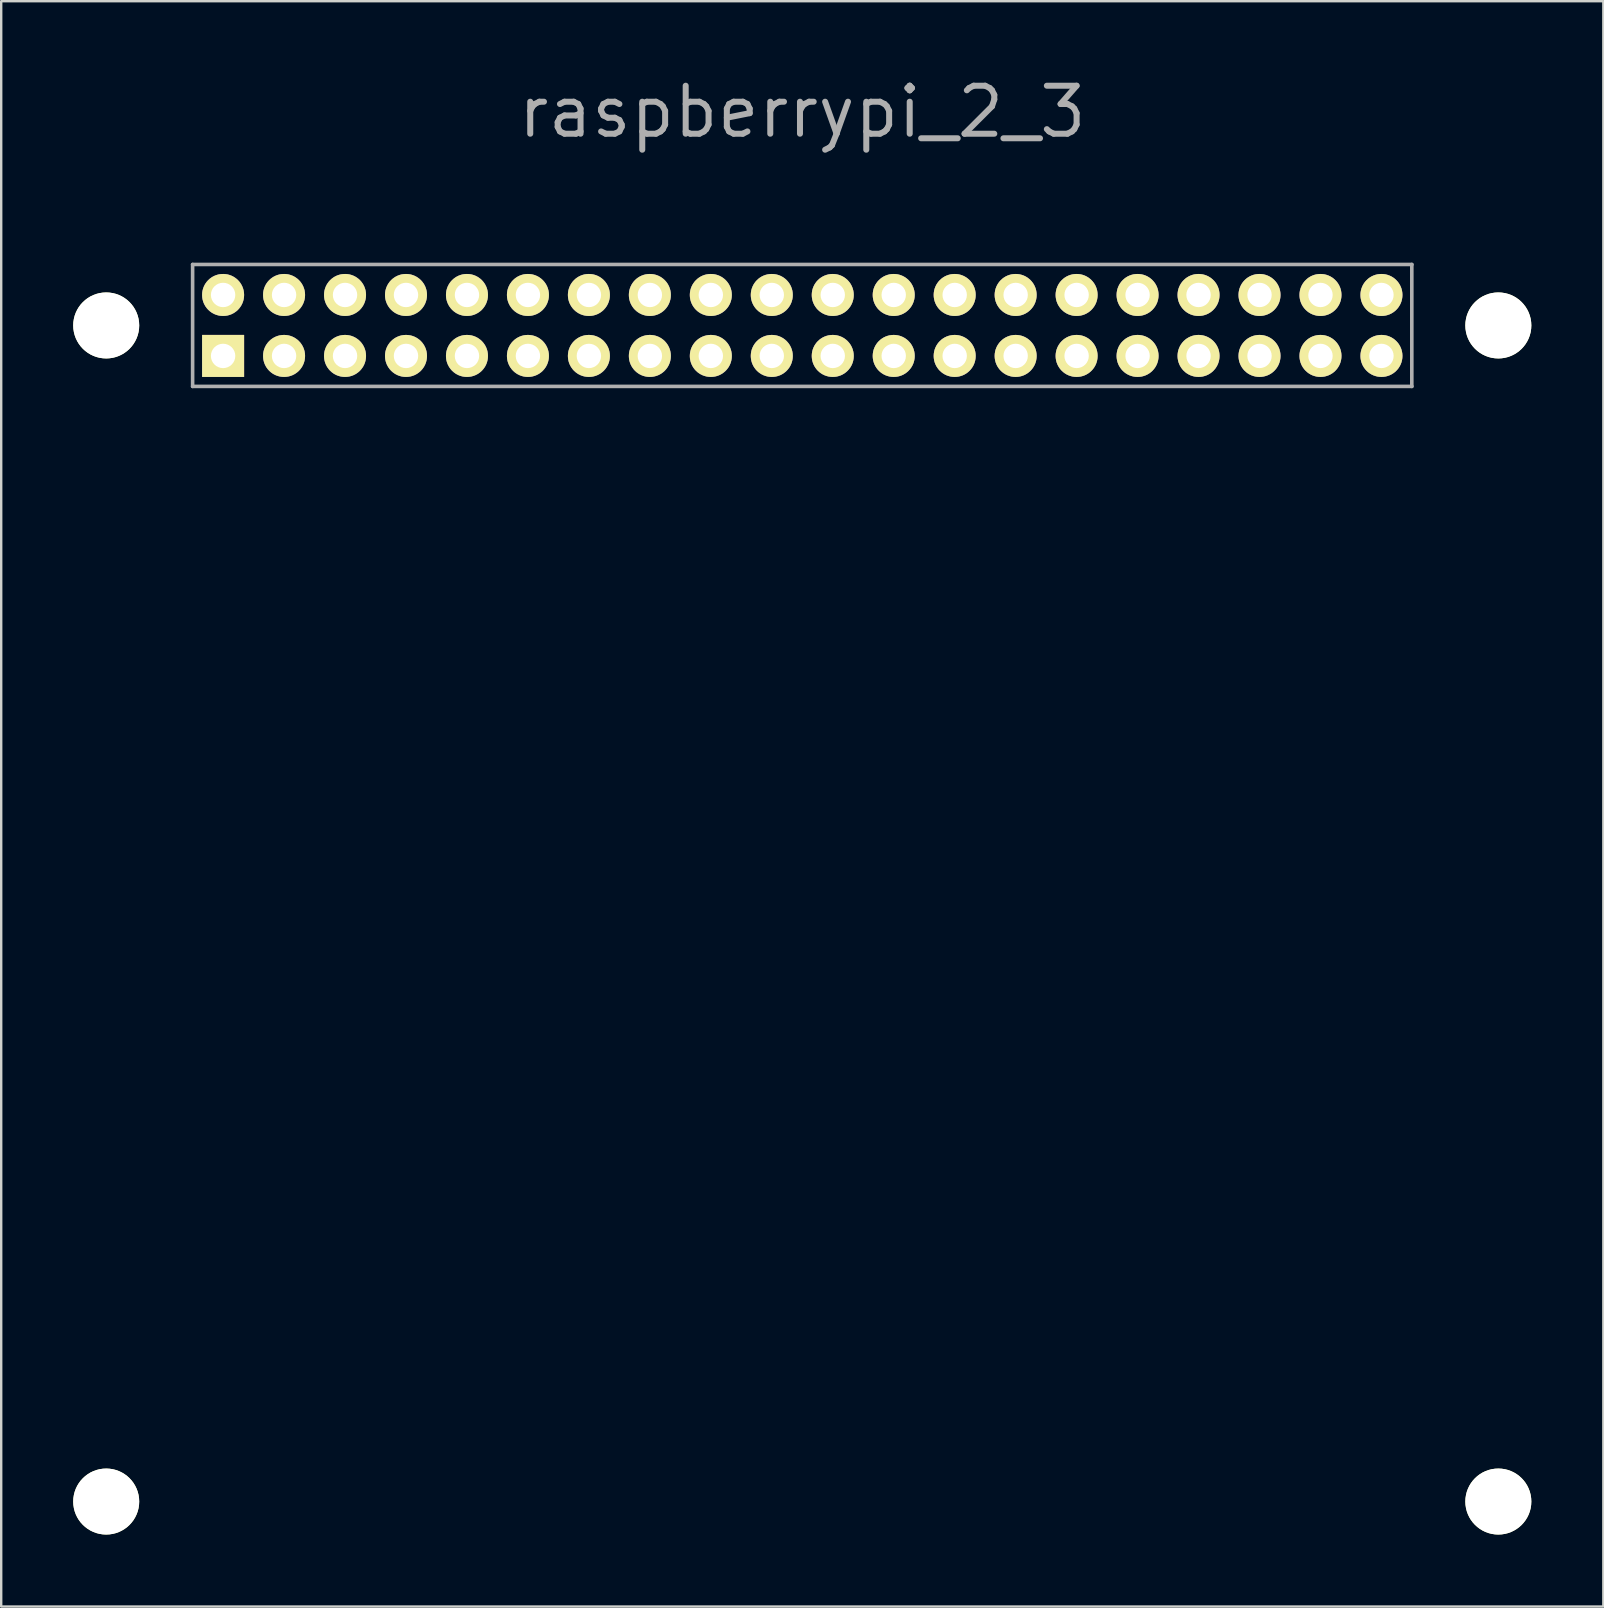
<source format=kicad_pcb>
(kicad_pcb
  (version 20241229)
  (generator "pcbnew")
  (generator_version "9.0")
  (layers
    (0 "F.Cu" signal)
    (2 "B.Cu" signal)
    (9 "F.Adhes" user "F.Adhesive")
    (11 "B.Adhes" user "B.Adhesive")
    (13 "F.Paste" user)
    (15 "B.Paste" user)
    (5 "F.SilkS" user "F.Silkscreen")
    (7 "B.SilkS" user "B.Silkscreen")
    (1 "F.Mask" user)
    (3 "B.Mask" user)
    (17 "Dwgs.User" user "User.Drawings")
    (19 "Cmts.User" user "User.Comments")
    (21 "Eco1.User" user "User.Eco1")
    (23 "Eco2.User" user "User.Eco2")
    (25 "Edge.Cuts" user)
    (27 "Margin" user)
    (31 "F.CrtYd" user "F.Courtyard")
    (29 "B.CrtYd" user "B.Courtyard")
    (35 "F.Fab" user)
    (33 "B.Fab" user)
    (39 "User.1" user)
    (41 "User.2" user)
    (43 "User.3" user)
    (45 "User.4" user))
  (footprint "raspberrypi_2_3"
    (layer "F.Cu")
    (at 30.375 10.509)
    (property "Reference" "raspberrypi_2_3" (at 0 -8.9 0) (layer "F.Fab") (effects (font (size 2 2) (thickness 0.25))))
    (attr through_hole)
    (fp_line (start -25.4 -2.54) (end -25.4 2.54) (stroke (width 0.15) (type solid)) (layer "F.Fab"))
    (fp_line (start -25.4 -2.54) (end 25.4 -2.54) (stroke (width 0.15) (type solid)) (layer "F.Fab"))
    (fp_line (start 25.395 2.54) (end 25.395 -2.54) (stroke (width 0.15) (type solid)) (layer "F.Fab"))
    (fp_line (start 25.4 2.54) (end -25.4 2.54) (stroke (width 0.15) (type solid)) (layer "F.Fab"))
    (pad "" np_thru_hole circle (at -29 0) (size 2.75 2.75) (drill 2.75) (layers "*.Cu" "*.Mask" "F.SilkS"))
    (pad "" np_thru_hole circle (at -29 49) (size 2.75 2.75) (drill 2.75) (layers "*.Cu" "*.Mask" "F.SilkS"))
    (pad "" np_thru_hole circle (at 29 0) (size 2.75 2.75) (drill 2.75) (layers "*.Cu" "*.Mask" "F.SilkS"))
    (pad "" np_thru_hole circle (at 29 49) (size 2.75 2.75) (drill 2.75) (layers "*.Cu" "*.Mask" "F.SilkS"))
    (pad "1" thru_hole rect (at -24.13 1.27) (size 1.75 1.75) (drill 1.016) (layers "*.Cu" "*.Mask" "F.SilkS"))
    (pad "2" thru_hole circle (at -24.13 -1.27) (size 1.75 1.75) (drill 1.016) (layers "*.Cu" "*.Mask" "F.SilkS"))
    (pad "3" thru_hole circle (at -21.59 1.27) (size 1.75 1.75) (drill 1.016) (layers "*.Cu" "*.Mask" "F.SilkS"))
    (pad "4" thru_hole circle (at -21.59 -1.27) (size 1.75 1.75) (drill 1.016) (layers "*.Cu" "*.Mask" "F.SilkS"))
    (pad "5" thru_hole circle (at -19.05 1.27) (size 1.75 1.75) (drill 1.016) (layers "*.Cu" "*.Mask" "F.SilkS"))
    (pad "6" thru_hole circle (at -19.05 -1.27) (size 1.75 1.75) (drill 1.016) (layers "*.Cu" "*.Mask" "F.SilkS"))
    (pad "7" thru_hole circle (at -16.51 1.27) (size 1.75 1.75) (drill 1.016) (layers "*.Cu" "*.Mask" "F.SilkS"))
    (pad "8" thru_hole circle (at -16.51 -1.27) (size 1.75 1.75) (drill 1.016) (layers "*.Cu" "*.Mask" "F.SilkS"))
    (pad "9" thru_hole circle (at -13.97 1.27) (size 1.75 1.75) (drill 1.016) (layers "*.Cu" "*.Mask" "F.SilkS"))
    (pad "10" thru_hole circle (at -13.97 -1.27) (size 1.75 1.75) (drill 1.016) (layers "*.Cu" "*.Mask" "F.SilkS"))
    (pad "11" thru_hole circle (at -11.43 1.27) (size 1.75 1.75) (drill 1.016) (layers "*.Cu" "*.Mask" "F.SilkS"))
    (pad "12" thru_hole circle (at -11.43 -1.27) (size 1.75 1.75) (drill 1.016) (layers "*.Cu" "*.Mask" "F.SilkS"))
    (pad "13" thru_hole circle (at -8.89 1.27) (size 1.75 1.75) (drill 1.016) (layers "*.Cu" "*.Mask" "F.SilkS"))
    (pad "14" thru_hole circle (at -8.89 -1.27) (size 1.75 1.75) (drill 1.016) (layers "*.Cu" "*.Mask" "F.SilkS"))
    (pad "15" thru_hole circle (at -6.35 1.27) (size 1.75 1.75) (drill 1.016) (layers "*.Cu" "*.Mask" "F.SilkS"))
    (pad "16" thru_hole circle (at -6.35 -1.27) (size 1.75 1.75) (drill 1.016) (layers "*.Cu" "*.Mask" "F.SilkS"))
    (pad "17" thru_hole circle (at -3.81 1.27) (size 1.75 1.75) (drill 1.016) (layers "*.Cu" "*.Mask" "F.SilkS"))
    (pad "18" thru_hole circle (at -3.81 -1.27) (size 1.75 1.75) (drill 1.016) (layers "*.Cu" "*.Mask" "F.SilkS"))
    (pad "19" thru_hole circle (at -1.27 1.27) (size 1.75 1.75) (drill 1.016) (layers "*.Cu" "*.Mask" "F.SilkS"))
    (pad "20" thru_hole circle (at -1.27 -1.27) (size 1.75 1.75) (drill 1.016) (layers "*.Cu" "*.Mask" "F.SilkS"))
    (pad "21" thru_hole circle (at 1.27 1.27) (size 1.75 1.75) (drill 1.016) (layers "*.Cu" "*.Mask" "F.SilkS"))
    (pad "22" thru_hole circle (at 1.27 -1.27) (size 1.75 1.75) (drill 1.016) (layers "*.Cu" "*.Mask" "F.SilkS"))
    (pad "23" thru_hole circle (at 3.81 1.27) (size 1.75 1.75) (drill 1.016) (layers "*.Cu" "*.Mask" "F.SilkS"))
    (pad "24" thru_hole circle (at 3.81 -1.27) (size 1.75 1.75) (drill 1.016) (layers "*.Cu" "*.Mask" "F.SilkS"))
    (pad "25" thru_hole circle (at 6.35 1.27) (size 1.75 1.75) (drill 1.016) (layers "*.Cu" "*.Mask" "F.SilkS"))
    (pad "26" thru_hole circle (at 6.35 -1.27) (size 1.75 1.75) (drill 1.016) (layers "*.Cu" "*.Mask" "F.SilkS"))
    (pad "27" thru_hole circle (at 8.89 1.27) (size 1.75 1.75) (drill 1.016) (layers "*.Cu" "*.Mask" "F.SilkS"))
    (pad "28" thru_hole circle (at 8.89 -1.27) (size 1.75 1.75) (drill 1.016) (layers "*.Cu" "*.Mask" "F.SilkS"))
    (pad "29" thru_hole circle (at 11.43 1.27) (size 1.75 1.75) (drill 1.016) (layers "*.Cu" "*.Mask" "F.SilkS"))
    (pad "30" thru_hole circle (at 11.43 -1.27) (size 1.75 1.75) (drill 1.016) (layers "*.Cu" "*.Mask" "F.SilkS"))
    (pad "31" thru_hole circle (at 13.97 1.27) (size 1.75 1.75) (drill 1.016) (layers "*.Cu" "*.Mask" "F.SilkS"))
    (pad "32" thru_hole circle (at 13.97 -1.27) (size 1.75 1.75) (drill 1.016) (layers "*.Cu" "*.Mask" "F.SilkS"))
    (pad "33" thru_hole circle (at 16.51 1.27) (size 1.75 1.75) (drill 1.016) (layers "*.Cu" "*.Mask" "F.SilkS"))
    (pad "34" thru_hole circle (at 16.51 -1.27) (size 1.75 1.75) (drill 1.016) (layers "*.Cu" "*.Mask" "F.SilkS"))
    (pad "35" thru_hole circle (at 19.05 1.27) (size 1.75 1.75) (drill 1.016) (layers "*.Cu" "*.Mask" "F.SilkS"))
    (pad "36" thru_hole circle (at 19.05 -1.27) (size 1.75 1.75) (drill 1.016) (layers "*.Cu" "*.Mask" "F.SilkS"))
    (pad "37" thru_hole circle (at 21.59 1.27) (size 1.75 1.75) (drill 1.016) (layers "*.Cu" "*.Mask" "F.SilkS"))
    (pad "38" thru_hole circle (at 21.59 -1.27) (size 1.75 1.75) (drill 1.016) (layers "*.Cu" "*.Mask" "F.SilkS"))
    (pad "39" thru_hole circle (at 24.13 1.27) (size 1.75 1.75) (drill 1.016) (layers "*.Cu" "*.Mask" "F.SilkS"))
    (pad "40" thru_hole circle (at 24.13 -1.27) (size 1.75 1.75) (drill 1.016) (layers "*.Cu" "*.Mask" "F.SilkS")))
  (gr_rect
    (start -3 -3)
    (end 63.75 63.884)
    (stroke (width 0.1) (type default))
    (fill no)
    (layer "Edge.Cuts")))
</source>
